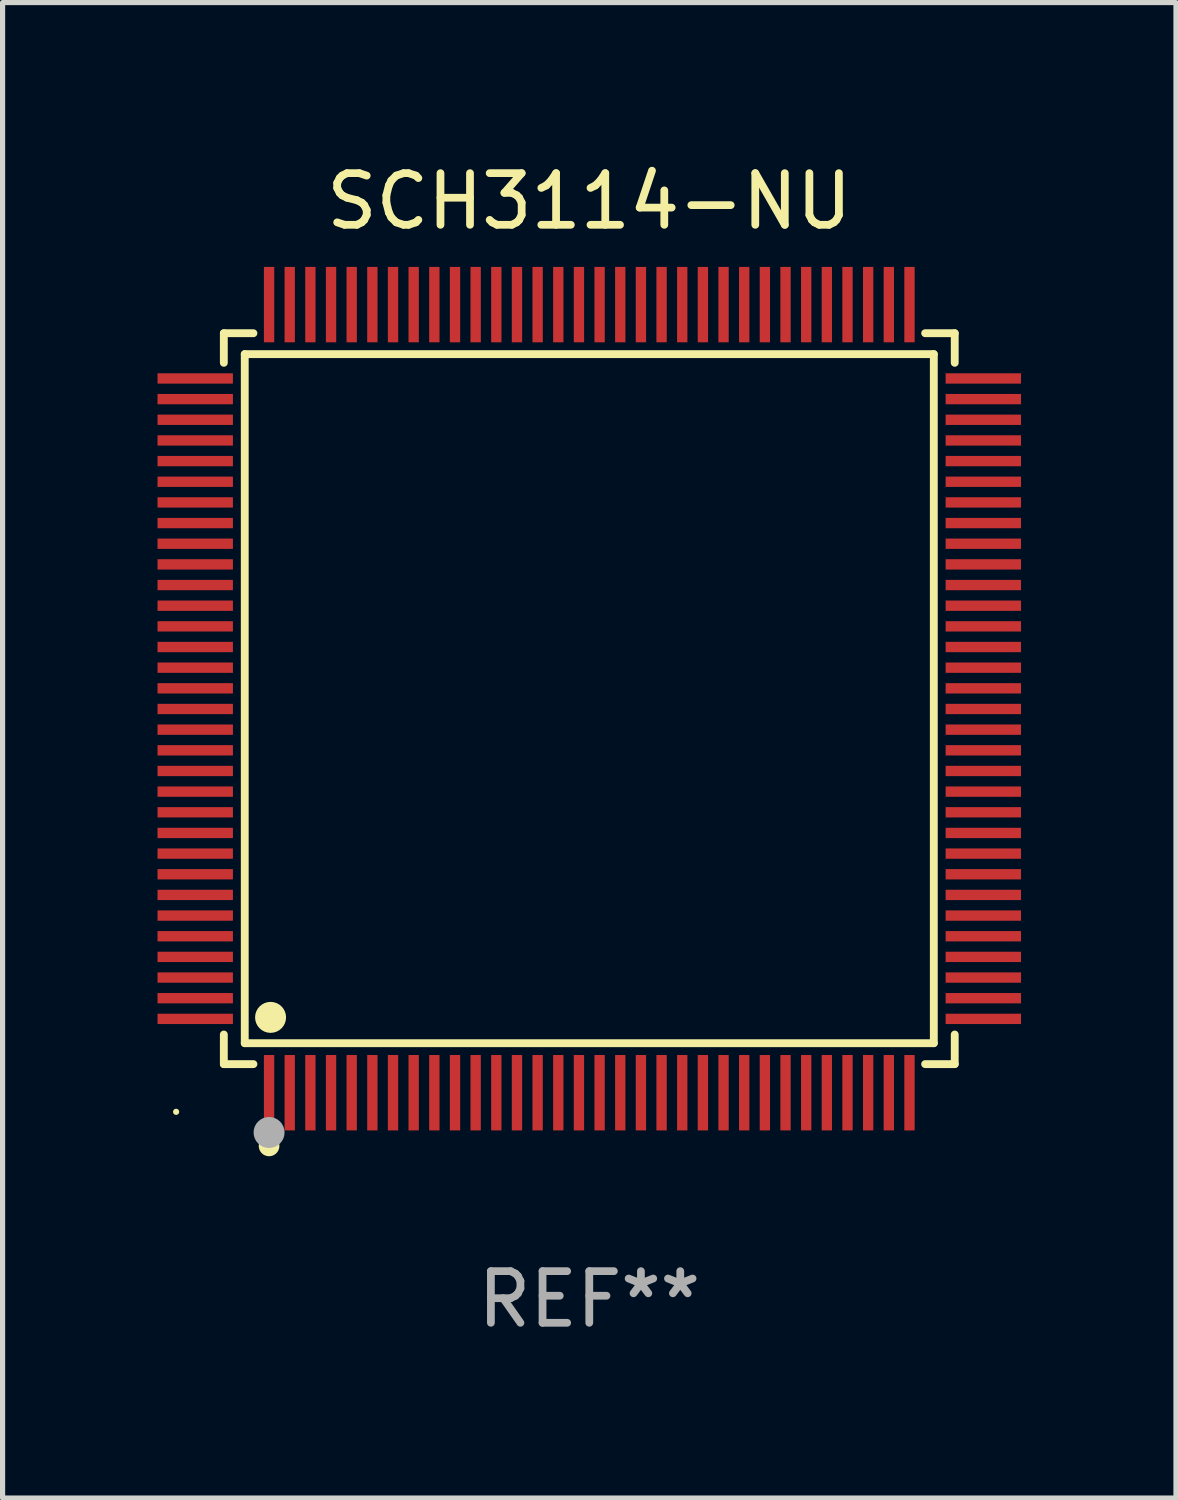
<source format=kicad_pcb>
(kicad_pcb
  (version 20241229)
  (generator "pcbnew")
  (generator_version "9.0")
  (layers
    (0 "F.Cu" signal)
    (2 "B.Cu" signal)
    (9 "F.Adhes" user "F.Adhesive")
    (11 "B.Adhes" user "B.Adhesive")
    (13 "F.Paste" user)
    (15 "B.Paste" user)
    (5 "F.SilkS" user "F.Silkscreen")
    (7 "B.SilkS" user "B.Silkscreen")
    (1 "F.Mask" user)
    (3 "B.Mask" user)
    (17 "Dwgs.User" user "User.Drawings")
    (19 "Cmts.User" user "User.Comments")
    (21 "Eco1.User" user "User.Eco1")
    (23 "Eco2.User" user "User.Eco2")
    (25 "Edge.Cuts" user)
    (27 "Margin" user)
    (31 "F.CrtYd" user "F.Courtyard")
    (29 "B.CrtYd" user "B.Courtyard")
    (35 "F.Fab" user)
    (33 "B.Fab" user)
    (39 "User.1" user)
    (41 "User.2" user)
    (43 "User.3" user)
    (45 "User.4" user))
  (footprint "SCH3114-NU"
    (layer "F.Cu")
    (at 8.36 10.478)
    (property "Reference" "SCH3114-NU" (at 0 -9.63 0) (layer "F.SilkS") (effects (font (size 1 1) (thickness 0.15))))
    (attr through_hole)
    (fp_line (start -7.076 -7.076) (end -6.503 -7.076) (stroke (width 0.152) (type solid)) (layer "F.SilkS"))
    (fp_line (start -7.076 -6.503) (end -7.076 -7.076) (stroke (width 0.152) (type solid)) (layer "F.SilkS"))
    (fp_line (start -7.076 6.503) (end -7.076 7.076) (stroke (width 0.152) (type solid)) (layer "F.SilkS"))
    (fp_line (start -7.076 7.076) (end -6.503 7.076) (stroke (width 0.152) (type solid)) (layer "F.SilkS"))
    (fp_line (start -6.671 -6.671) (end 6.671 -6.671) (stroke (width 0.152) (type solid)) (layer "F.SilkS"))
    (fp_line (start -6.671 6.671) (end -6.671 -6.671) (stroke (width 0.152) (type solid)) (layer "F.SilkS"))
    (fp_line (start 6.671 -6.671) (end 6.671 6.671) (stroke (width 0.152) (type solid)) (layer "F.SilkS"))
    (fp_line (start 6.671 6.671) (end -6.671 6.671) (stroke (width 0.152) (type solid)) (layer "F.SilkS"))
    (fp_line (start 7.076 -7.076) (end 6.503 -7.076) (stroke (width 0.152) (type solid)) (layer "F.SilkS"))
    (fp_line (start 7.076 -6.503) (end 7.076 -7.076) (stroke (width 0.152) (type solid)) (layer "F.SilkS"))
    (fp_line (start 7.076 6.503) (end 7.076 7.076) (stroke (width 0.152) (type solid)) (layer "F.SilkS"))
    (fp_line (start 7.076 7.076) (end 6.503 7.076) (stroke (width 0.152) (type solid)) (layer "F.SilkS"))
    (fp_circle (center -8 8) (end -7.97 8) (stroke (width 0.06) (type solid)) (fill no) (layer "F.SilkS"))
    (fp_circle (center -6.2 8.66) (end -6.1 8.66) (stroke (width 0.2) (type solid)) (fill no) (layer "F.SilkS"))
    (fp_circle (center -6.171 6.171) (end -6.021 6.171) (stroke (width 0.3) (type solid)) (fill no) (layer "F.SilkS"))
    (fp_circle (center -6.2 8.4) (end -6.05 8.4) (stroke (width 0.3) (type solid)) (fill no) (layer "F.Fab"))
    (fp_text user "REF**" (at 0 11.63 0) (layer "F.Fab") (effects (font (size 1 1) (thickness 0.15))))
    (pad "1" smd rect (at -6.2 7.63) (size 0.2 1.46) (layers "F.Cu" "F.Mask" "F.Paste"))
    (pad "2" smd rect (at -5.8 7.63) (size 0.2 1.46) (layers "F.Cu" "F.Mask" "F.Paste"))
    (pad "3" smd rect (at -5.4 7.63) (size 0.2 1.46) (layers "F.Cu" "F.Mask" "F.Paste"))
    (pad "4" smd rect (at -5 7.63) (size 0.2 1.46) (layers "F.Cu" "F.Mask" "F.Paste"))
    (pad "5" smd rect (at -4.6 7.63) (size 0.2 1.46) (layers "F.Cu" "F.Mask" "F.Paste"))
    (pad "6" smd rect (at -4.2 7.63) (size 0.2 1.46) (layers "F.Cu" "F.Mask" "F.Paste"))
    (pad "7" smd rect (at -3.8 7.63) (size 0.2 1.46) (layers "F.Cu" "F.Mask" "F.Paste"))
    (pad "8" smd rect (at -3.4 7.63) (size 0.2 1.46) (layers "F.Cu" "F.Mask" "F.Paste"))
    (pad "9" smd rect (at -3 7.63) (size 0.2 1.46) (layers "F.Cu" "F.Mask" "F.Paste"))
    (pad "10" smd rect (at -2.6 7.63) (size 0.2 1.46) (layers "F.Cu" "F.Mask" "F.Paste"))
    (pad "11" smd rect (at -2.2 7.63) (size 0.2 1.46) (layers "F.Cu" "F.Mask" "F.Paste"))
    (pad "12" smd rect (at -1.8 7.63) (size 0.2 1.46) (layers "F.Cu" "F.Mask" "F.Paste"))
    (pad "13" smd rect (at -1.4 7.63) (size 0.2 1.46) (layers "F.Cu" "F.Mask" "F.Paste"))
    (pad "14" smd rect (at -1 7.63) (size 0.2 1.46) (layers "F.Cu" "F.Mask" "F.Paste"))
    (pad "15" smd rect (at -0.6 7.63) (size 0.2 1.46) (layers "F.Cu" "F.Mask" "F.Paste"))
    (pad "16" smd rect (at -0.2 7.63) (size 0.2 1.46) (layers "F.Cu" "F.Mask" "F.Paste"))
    (pad "17" smd rect (at 0.2 7.63) (size 0.2 1.46) (layers "F.Cu" "F.Mask" "F.Paste"))
    (pad "18" smd rect (at 0.6 7.63) (size 0.2 1.46) (layers "F.Cu" "F.Mask" "F.Paste"))
    (pad "19" smd rect (at 1 7.63) (size 0.2 1.46) (layers "F.Cu" "F.Mask" "F.Paste"))
    (pad "20" smd rect (at 1.4 7.63) (size 0.2 1.46) (layers "F.Cu" "F.Mask" "F.Paste"))
    (pad "21" smd rect (at 1.8 7.63) (size 0.2 1.46) (layers "F.Cu" "F.Mask" "F.Paste"))
    (pad "22" smd rect (at 2.2 7.63) (size 0.2 1.46) (layers "F.Cu" "F.Mask" "F.Paste"))
    (pad "23" smd rect (at 2.6 7.63) (size 0.2 1.46) (layers "F.Cu" "F.Mask" "F.Paste"))
    (pad "24" smd rect (at 3 7.63) (size 0.2 1.46) (layers "F.Cu" "F.Mask" "F.Paste"))
    (pad "25" smd rect (at 3.4 7.63) (size 0.2 1.46) (layers "F.Cu" "F.Mask" "F.Paste"))
    (pad "26" smd rect (at 3.8 7.63) (size 0.2 1.46) (layers "F.Cu" "F.Mask" "F.Paste"))
    (pad "27" smd rect (at 4.2 7.63) (size 0.2 1.46) (layers "F.Cu" "F.Mask" "F.Paste"))
    (pad "28" smd rect (at 4.6 7.63) (size 0.2 1.46) (layers "F.Cu" "F.Mask" "F.Paste"))
    (pad "29" smd rect (at 5 7.63) (size 0.2 1.46) (layers "F.Cu" "F.Mask" "F.Paste"))
    (pad "30" smd rect (at 5.4 7.63) (size 0.2 1.46) (layers "F.Cu" "F.Mask" "F.Paste"))
    (pad "31" smd rect (at 5.8 7.63) (size 0.2 1.46) (layers "F.Cu" "F.Mask" "F.Paste"))
    (pad "32" smd rect (at 6.2 7.63) (size 0.2 1.46) (layers "F.Cu" "F.Mask" "F.Paste"))
    (pad "33" smd rect (at 7.63 6.2) (size 1.46 0.2) (layers "F.Cu" "F.Mask" "F.Paste"))
    (pad "34" smd rect (at 7.63 5.8) (size 1.46 0.2) (layers "F.Cu" "F.Mask" "F.Paste"))
    (pad "35" smd rect (at 7.63 5.4) (size 1.46 0.2) (layers "F.Cu" "F.Mask" "F.Paste"))
    (pad "36" smd rect (at 7.63 5) (size 1.46 0.2) (layers "F.Cu" "F.Mask" "F.Paste"))
    (pad "37" smd rect (at 7.63 4.6) (size 1.46 0.2) (layers "F.Cu" "F.Mask" "F.Paste"))
    (pad "38" smd rect (at 7.63 4.2) (size 1.46 0.2) (layers "F.Cu" "F.Mask" "F.Paste"))
    (pad "39" smd rect (at 7.63 3.8) (size 1.46 0.2) (layers "F.Cu" "F.Mask" "F.Paste"))
    (pad "40" smd rect (at 7.63 3.4) (size 1.46 0.2) (layers "F.Cu" "F.Mask" "F.Paste"))
    (pad "41" smd rect (at 7.63 3) (size 1.46 0.2) (layers "F.Cu" "F.Mask" "F.Paste"))
    (pad "42" smd rect (at 7.63 2.6) (size 1.46 0.2) (layers "F.Cu" "F.Mask" "F.Paste"))
    (pad "43" smd rect (at 7.63 2.2) (size 1.46 0.2) (layers "F.Cu" "F.Mask" "F.Paste"))
    (pad "44" smd rect (at 7.63 1.8) (size 1.46 0.2) (layers "F.Cu" "F.Mask" "F.Paste"))
    (pad "45" smd rect (at 7.63 1.4) (size 1.46 0.2) (layers "F.Cu" "F.Mask" "F.Paste"))
    (pad "46" smd rect (at 7.63 1) (size 1.46 0.2) (layers "F.Cu" "F.Mask" "F.Paste"))
    (pad "47" smd rect (at 7.63 0.6) (size 1.46 0.2) (layers "F.Cu" "F.Mask" "F.Paste"))
    (pad "48" smd rect (at 7.63 0.2) (size 1.46 0.2) (layers "F.Cu" "F.Mask" "F.Paste"))
    (pad "49" smd rect (at 7.63 -0.2) (size 1.46 0.2) (layers "F.Cu" "F.Mask" "F.Paste"))
    (pad "50" smd rect (at 7.63 -0.6) (size 1.46 0.2) (layers "F.Cu" "F.Mask" "F.Paste"))
    (pad "51" smd rect (at 7.63 -1) (size 1.46 0.2) (layers "F.Cu" "F.Mask" "F.Paste"))
    (pad "52" smd rect (at 7.63 -1.4) (size 1.46 0.2) (layers "F.Cu" "F.Mask" "F.Paste"))
    (pad "53" smd rect (at 7.63 -1.8) (size 1.46 0.2) (layers "F.Cu" "F.Mask" "F.Paste"))
    (pad "54" smd rect (at 7.63 -2.2) (size 1.46 0.2) (layers "F.Cu" "F.Mask" "F.Paste"))
    (pad "55" smd rect (at 7.63 -2.6) (size 1.46 0.2) (layers "F.Cu" "F.Mask" "F.Paste"))
    (pad "56" smd rect (at 7.63 -3) (size 1.46 0.2) (layers "F.Cu" "F.Mask" "F.Paste"))
    (pad "57" smd rect (at 7.63 -3.4) (size 1.46 0.2) (layers "F.Cu" "F.Mask" "F.Paste"))
    (pad "58" smd rect (at 7.63 -3.8) (size 1.46 0.2) (layers "F.Cu" "F.Mask" "F.Paste"))
    (pad "59" smd rect (at 7.63 -4.2) (size 1.46 0.2) (layers "F.Cu" "F.Mask" "F.Paste"))
    (pad "60" smd rect (at 7.63 -4.6) (size 1.46 0.2) (layers "F.Cu" "F.Mask" "F.Paste"))
    (pad "61" smd rect (at 7.63 -5) (size 1.46 0.2) (layers "F.Cu" "F.Mask" "F.Paste"))
    (pad "62" smd rect (at 7.63 -5.4) (size 1.46 0.2) (layers "F.Cu" "F.Mask" "F.Paste"))
    (pad "63" smd rect (at 7.63 -5.8) (size 1.46 0.2) (layers "F.Cu" "F.Mask" "F.Paste"))
    (pad "64" smd rect (at 7.63 -6.2) (size 1.46 0.2) (layers "F.Cu" "F.Mask" "F.Paste"))
    (pad "65" smd rect (at 6.2 -7.63) (size 0.2 1.46) (layers "F.Cu" "F.Mask" "F.Paste"))
    (pad "66" smd rect (at 5.8 -7.63) (size 0.2 1.46) (layers "F.Cu" "F.Mask" "F.Paste"))
    (pad "67" smd rect (at 5.4 -7.63) (size 0.2 1.46) (layers "F.Cu" "F.Mask" "F.Paste"))
    (pad "68" smd rect (at 5 -7.63) (size 0.2 1.46) (layers "F.Cu" "F.Mask" "F.Paste"))
    (pad "69" smd rect (at 4.6 -7.63) (size 0.2 1.46) (layers "F.Cu" "F.Mask" "F.Paste"))
    (pad "70" smd rect (at 4.2 -7.63) (size 0.2 1.46) (layers "F.Cu" "F.Mask" "F.Paste"))
    (pad "71" smd rect (at 3.8 -7.63) (size 0.2 1.46) (layers "F.Cu" "F.Mask" "F.Paste"))
    (pad "72" smd rect (at 3.4 -7.63) (size 0.2 1.46) (layers "F.Cu" "F.Mask" "F.Paste"))
    (pad "73" smd rect (at 3 -7.63) (size 0.2 1.46) (layers "F.Cu" "F.Mask" "F.Paste"))
    (pad "74" smd rect (at 2.6 -7.63) (size 0.2 1.46) (layers "F.Cu" "F.Mask" "F.Paste"))
    (pad "75" smd rect (at 2.2 -7.63) (size 0.2 1.46) (layers "F.Cu" "F.Mask" "F.Paste"))
    (pad "76" smd rect (at 1.8 -7.63) (size 0.2 1.46) (layers "F.Cu" "F.Mask" "F.Paste"))
    (pad "77" smd rect (at 1.4 -7.63) (size 0.2 1.46) (layers "F.Cu" "F.Mask" "F.Paste"))
    (pad "78" smd rect (at 1 -7.63) (size 0.2 1.46) (layers "F.Cu" "F.Mask" "F.Paste"))
    (pad "79" smd rect (at 0.6 -7.63) (size 0.2 1.46) (layers "F.Cu" "F.Mask" "F.Paste"))
    (pad "80" smd rect (at 0.2 -7.63) (size 0.2 1.46) (layers "F.Cu" "F.Mask" "F.Paste"))
    (pad "81" smd rect (at -0.2 -7.63) (size 0.2 1.46) (layers "F.Cu" "F.Mask" "F.Paste"))
    (pad "82" smd rect (at -0.6 -7.63) (size 0.2 1.46) (layers "F.Cu" "F.Mask" "F.Paste"))
    (pad "83" smd rect (at -1 -7.63) (size 0.2 1.46) (layers "F.Cu" "F.Mask" "F.Paste"))
    (pad "84" smd rect (at -1.4 -7.63) (size 0.2 1.46) (layers "F.Cu" "F.Mask" "F.Paste"))
    (pad "85" smd rect (at -1.8 -7.63) (size 0.2 1.46) (layers "F.Cu" "F.Mask" "F.Paste"))
    (pad "86" smd rect (at -2.2 -7.63) (size 0.2 1.46) (layers "F.Cu" "F.Mask" "F.Paste"))
    (pad "87" smd rect (at -2.6 -7.63) (size 0.2 1.46) (layers "F.Cu" "F.Mask" "F.Paste"))
    (pad "88" smd rect (at -3 -7.63) (size 0.2 1.46) (layers "F.Cu" "F.Mask" "F.Paste"))
    (pad "89" smd rect (at -3.4 -7.63) (size 0.2 1.46) (layers "F.Cu" "F.Mask" "F.Paste"))
    (pad "90" smd rect (at -3.8 -7.63) (size 0.2 1.46) (layers "F.Cu" "F.Mask" "F.Paste"))
    (pad "91" smd rect (at -4.2 -7.63) (size 0.2 1.46) (layers "F.Cu" "F.Mask" "F.Paste"))
    (pad "92" smd rect (at -4.6 -7.63) (size 0.2 1.46) (layers "F.Cu" "F.Mask" "F.Paste"))
    (pad "93" smd rect (at -5 -7.63) (size 0.2 1.46) (layers "F.Cu" "F.Mask" "F.Paste"))
    (pad "94" smd rect (at -5.4 -7.63) (size 0.2 1.46) (layers "F.Cu" "F.Mask" "F.Paste"))
    (pad "95" smd rect (at -5.8 -7.63) (size 0.2 1.46) (layers "F.Cu" "F.Mask" "F.Paste"))
    (pad "96" smd rect (at -6.2 -7.63) (size 0.2 1.46) (layers "F.Cu" "F.Mask" "F.Paste"))
    (pad "97" smd rect (at -7.63 -6.2) (size 1.46 0.2) (layers "F.Cu" "F.Mask" "F.Paste"))
    (pad "98" smd rect (at -7.63 -5.8) (size 1.46 0.2) (layers "F.Cu" "F.Mask" "F.Paste"))
    (pad "99" smd rect (at -7.63 -5.4) (size 1.46 0.2) (layers "F.Cu" "F.Mask" "F.Paste"))
    (pad "100" smd rect (at -7.63 -5) (size 1.46 0.2) (layers "F.Cu" "F.Mask" "F.Paste"))
    (pad "101" smd rect (at -7.63 -4.6) (size 1.46 0.2) (layers "F.Cu" "F.Mask" "F.Paste"))
    (pad "102" smd rect (at -7.63 -4.2) (size 1.46 0.2) (layers "F.Cu" "F.Mask" "F.Paste"))
    (pad "103" smd rect (at -7.63 -3.8) (size 1.46 0.2) (layers "F.Cu" "F.Mask" "F.Paste"))
    (pad "104" smd rect (at -7.63 -3.4) (size 1.46 0.2) (layers "F.Cu" "F.Mask" "F.Paste"))
    (pad "105" smd rect (at -7.63 -3) (size 1.46 0.2) (layers "F.Cu" "F.Mask" "F.Paste"))
    (pad "106" smd rect (at -7.63 -2.6) (size 1.46 0.2) (layers "F.Cu" "F.Mask" "F.Paste"))
    (pad "107" smd rect (at -7.63 -2.2) (size 1.46 0.2) (layers "F.Cu" "F.Mask" "F.Paste"))
    (pad "108" smd rect (at -7.63 -1.8) (size 1.46 0.2) (layers "F.Cu" "F.Mask" "F.Paste"))
    (pad "109" smd rect (at -7.63 -1.4) (size 1.46 0.2) (layers "F.Cu" "F.Mask" "F.Paste"))
    (pad "110" smd rect (at -7.63 -1) (size 1.46 0.2) (layers "F.Cu" "F.Mask" "F.Paste"))
    (pad "111" smd rect (at -7.63 -0.6) (size 1.46 0.2) (layers "F.Cu" "F.Mask" "F.Paste"))
    (pad "112" smd rect (at -7.63 -0.2) (size 1.46 0.2) (layers "F.Cu" "F.Mask" "F.Paste"))
    (pad "113" smd rect (at -7.63 0.2) (size 1.46 0.2) (layers "F.Cu" "F.Mask" "F.Paste"))
    (pad "114" smd rect (at -7.63 0.6) (size 1.46 0.2) (layers "F.Cu" "F.Mask" "F.Paste"))
    (pad "115" smd rect (at -7.63 1) (size 1.46 0.2) (layers "F.Cu" "F.Mask" "F.Paste"))
    (pad "116" smd rect (at -7.63 1.4) (size 1.46 0.2) (layers "F.Cu" "F.Mask" "F.Paste"))
    (pad "117" smd rect (at -7.63 1.8) (size 1.46 0.2) (layers "F.Cu" "F.Mask" "F.Paste"))
    (pad "118" smd rect (at -7.63 2.2) (size 1.46 0.2) (layers "F.Cu" "F.Mask" "F.Paste"))
    (pad "119" smd rect (at -7.63 2.6) (size 1.46 0.2) (layers "F.Cu" "F.Mask" "F.Paste"))
    (pad "120" smd rect (at -7.63 3) (size 1.46 0.2) (layers "F.Cu" "F.Mask" "F.Paste"))
    (pad "121" smd rect (at -7.63 3.4) (size 1.46 0.2) (layers "F.Cu" "F.Mask" "F.Paste"))
    (pad "122" smd rect (at -7.63 3.8) (size 1.46 0.2) (layers "F.Cu" "F.Mask" "F.Paste"))
    (pad "123" smd rect (at -7.63 4.2) (size 1.46 0.2) (layers "F.Cu" "F.Mask" "F.Paste"))
    (pad "124" smd rect (at -7.63 4.6) (size 1.46 0.2) (layers "F.Cu" "F.Mask" "F.Paste"))
    (pad "125" smd rect (at -7.63 5) (size 1.46 0.2) (layers "F.Cu" "F.Mask" "F.Paste"))
    (pad "126" smd rect (at -7.63 5.4) (size 1.46 0.2) (layers "F.Cu" "F.Mask" "F.Paste"))
    (pad "127" smd rect (at -7.63 5.8) (size 1.46 0.2) (layers "F.Cu" "F.Mask" "F.Paste"))
    (pad "128" smd rect (at -7.63 6.2) (size 1.46 0.2) (layers "F.Cu" "F.Mask" "F.Paste")))
  (gr_rect
    (start -3 -3)
    (end 19.72 25.956)
    (stroke (width 0.1) (type default))
    (fill no)
    (layer "Edge.Cuts")))
</source>
